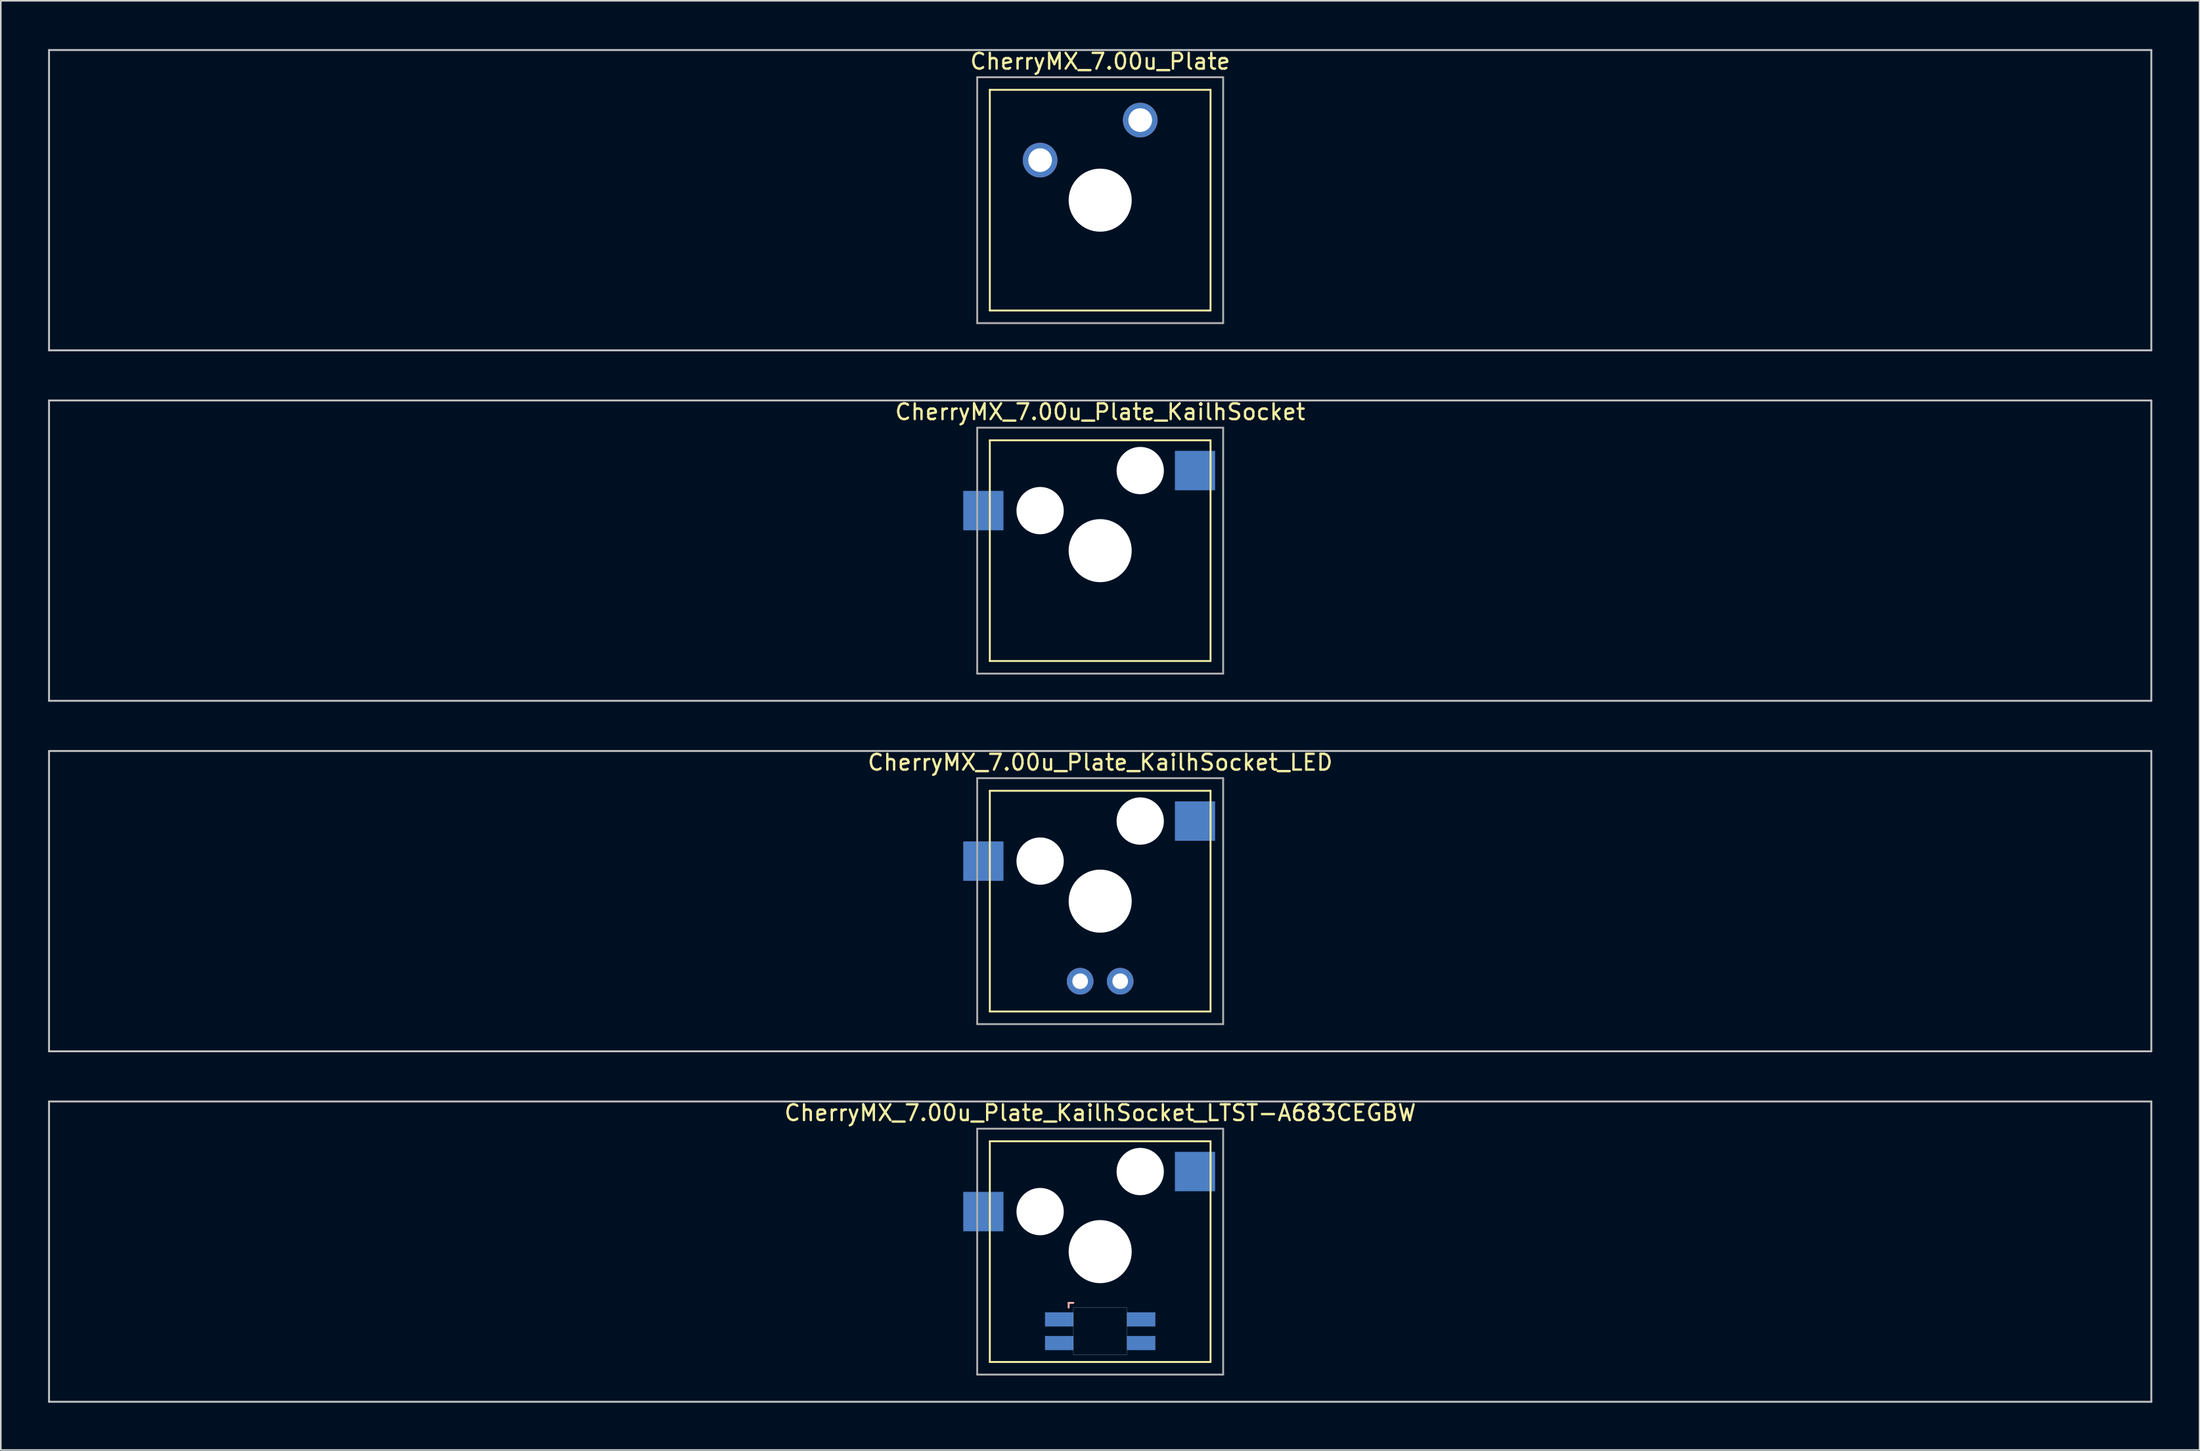
<source format=kicad_pcb>
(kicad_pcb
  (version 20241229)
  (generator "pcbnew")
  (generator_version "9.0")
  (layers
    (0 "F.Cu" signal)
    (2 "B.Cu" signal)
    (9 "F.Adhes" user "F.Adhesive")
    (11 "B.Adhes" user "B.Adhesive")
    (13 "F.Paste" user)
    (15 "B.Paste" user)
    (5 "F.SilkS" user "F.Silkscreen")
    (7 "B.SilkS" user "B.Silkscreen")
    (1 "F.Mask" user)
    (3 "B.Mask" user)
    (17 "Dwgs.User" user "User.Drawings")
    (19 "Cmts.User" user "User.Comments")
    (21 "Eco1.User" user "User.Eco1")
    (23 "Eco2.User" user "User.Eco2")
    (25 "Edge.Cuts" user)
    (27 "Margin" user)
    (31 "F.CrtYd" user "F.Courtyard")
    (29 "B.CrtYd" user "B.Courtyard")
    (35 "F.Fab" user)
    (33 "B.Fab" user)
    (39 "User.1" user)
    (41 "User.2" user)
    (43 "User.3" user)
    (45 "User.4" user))
  (footprint "CherryMX_7.00u_Plate_KailhSocket_LED"
    (layer "F.Cu")
    (at 66.735 54.115)
    (property "Reference" "CherryMX_7.00u_Plate_KailhSocket_LED" (at 0 -8.8 0) (layer "F.SilkS") (effects (font (size 1 1) (thickness 0.15))))
    (attr through_hole)
    (fp_line (start -7 -7) (end -7 7) (stroke (width 0.12) (type solid)) (layer "F.SilkS"))
    (fp_line (start -7 -7) (end 7 -7) (stroke (width 0.12) (type solid)) (layer "F.SilkS"))
    (fp_line (start 7 -7) (end 7 7) (stroke (width 0.12) (type solid)) (layer "F.SilkS"))
    (fp_line (start 7 7) (end -7 7) (stroke (width 0.12) (type solid)) (layer "F.SilkS"))
    (fp_line (start -66.675 -9.525) (end 66.675 -9.525) (stroke (width 0.12) (type solid)) (layer "Dwgs.User"))
    (fp_line (start -66.675 9.525) (end -66.675 -9.525) (stroke (width 0.12) (type solid)) (layer "Dwgs.User"))
    (fp_line (start 66.675 -9.525) (end 66.675 9.525) (stroke (width 0.12) (type solid)) (layer "Dwgs.User"))
    (fp_line (start 66.675 9.525) (end -66.675 9.525) (stroke (width 0.12) (type solid)) (layer "Dwgs.User"))
    (fp_line (start -7.8 -7.8) (end -7.8 7.8) (stroke (width 0.12) (type solid)) (layer "F.Fab"))
    (fp_line (start -7.8 -7.8) (end 7.8 -7.8) (stroke (width 0.12) (type solid)) (layer "F.Fab"))
    (fp_line (start -7.8 7.8) (end 7.8 7.8) (stroke (width 0.12) (type solid)) (layer "F.Fab"))
    (fp_line (start 7.8 -7.8) (end 7.8 7.8) (stroke (width 0.12) (type solid)) (layer "F.Fab"))
    (pad "" np_thru_hole circle (at -3.81 -2.54) (size 3 3) (drill 3) (layers "*.Cu" "*.Mask"))
    (pad "" np_thru_hole circle (at 0 0) (size 4 4) (drill 4) (layers "*.Cu" "*.Mask"))
    (pad "" np_thru_hole circle (at 2.54 -5.08) (size 3 3) (drill 3) (layers "*.Cu" "*.Mask"))
    (pad "1" smd rect (at -7.41 -2.54) (size 2.55 2.5) (layers "B.Cu" "B.Mask" "B.Paste"))
    (pad "2" smd rect (at 6.015 -5.08) (size 2.55 2.5) (layers "B.Cu" "B.Mask" "B.Paste"))
    (pad "3" thru_hole circle (at -1.27 5.08) (size 1.691 1.691) (drill 0.991) (layers "*.Cu" "*.Mask"))
    (pad "4" thru_hole circle (at 1.27 5.08) (size 1.691 1.691) (drill 0.991) (layers "*.Cu" "*.Mask")))
  (footprint "CherryMX_7.00u_Plate_KailhSocket"
    (layer "F.Cu")
    (at 66.735 31.881)
    (property "Reference" "CherryMX_7.00u_Plate_KailhSocket" (at 0 -8.8 0) (layer "F.SilkS") (effects (font (size 1 1) (thickness 0.15))))
    (attr through_hole)
    (fp_line (start -7 -7) (end -7 7) (stroke (width 0.12) (type solid)) (layer "F.SilkS"))
    (fp_line (start -7 -7) (end 7 -7) (stroke (width 0.12) (type solid)) (layer "F.SilkS"))
    (fp_line (start 7 -7) (end 7 7) (stroke (width 0.12) (type solid)) (layer "F.SilkS"))
    (fp_line (start 7 7) (end -7 7) (stroke (width 0.12) (type solid)) (layer "F.SilkS"))
    (fp_line (start -66.675 -9.525) (end 66.675 -9.525) (stroke (width 0.12) (type solid)) (layer "Dwgs.User"))
    (fp_line (start -66.675 9.525) (end -66.675 -9.525) (stroke (width 0.12) (type solid)) (layer "Dwgs.User"))
    (fp_line (start 66.675 -9.525) (end 66.675 9.525) (stroke (width 0.12) (type solid)) (layer "Dwgs.User"))
    (fp_line (start 66.675 9.525) (end -66.675 9.525) (stroke (width 0.12) (type solid)) (layer "Dwgs.User"))
    (fp_line (start -7.8 -7.8) (end -7.8 7.8) (stroke (width 0.12) (type solid)) (layer "F.Fab"))
    (fp_line (start -7.8 -7.8) (end 7.8 -7.8) (stroke (width 0.12) (type solid)) (layer "F.Fab"))
    (fp_line (start -7.8 7.8) (end 7.8 7.8) (stroke (width 0.12) (type solid)) (layer "F.Fab"))
    (fp_line (start 7.8 -7.8) (end 7.8 7.8) (stroke (width 0.12) (type solid)) (layer "F.Fab"))
    (pad "" np_thru_hole circle (at -3.81 -2.54) (size 3 3) (drill 3) (layers "*.Cu" "*.Mask"))
    (pad "" np_thru_hole circle (at 0 0) (size 4 4) (drill 4) (layers "*.Cu" "*.Mask"))
    (pad "" np_thru_hole circle (at 2.54 -5.08) (size 3 3) (drill 3) (layers "*.Cu" "*.Mask"))
    (pad "1" smd rect (at -7.41 -2.54) (size 2.55 2.5) (layers "B.Cu" "B.Mask" "B.Paste"))
    (pad "2" smd rect (at 6.015 -5.08) (size 2.55 2.5) (layers "B.Cu" "B.Mask" "B.Paste")))
  (footprint "CherryMX_7.00u_Plate"
    (layer "F.Cu")
    (at 66.735 9.648)
    (property "Reference" "CherryMX_7.00u_Plate" (at 0 -8.8 0) (layer "F.SilkS") (effects (font (size 1 1) (thickness 0.15))))
    (attr through_hole)
    (fp_line (start -7 -7) (end -7 7) (stroke (width 0.12) (type solid)) (layer "F.SilkS"))
    (fp_line (start -7 -7) (end 7 -7) (stroke (width 0.12) (type solid)) (layer "F.SilkS"))
    (fp_line (start 7 -7) (end 7 7) (stroke (width 0.12) (type solid)) (layer "F.SilkS"))
    (fp_line (start 7 7) (end -7 7) (stroke (width 0.12) (type solid)) (layer "F.SilkS"))
    (fp_line (start -66.675 -9.525) (end 66.675 -9.525) (stroke (width 0.12) (type solid)) (layer "Dwgs.User"))
    (fp_line (start -66.675 9.525) (end -66.675 -9.525) (stroke (width 0.12) (type solid)) (layer "Dwgs.User"))
    (fp_line (start 66.675 -9.525) (end 66.675 9.525) (stroke (width 0.12) (type solid)) (layer "Dwgs.User"))
    (fp_line (start 66.675 9.525) (end -66.675 9.525) (stroke (width 0.12) (type solid)) (layer "Dwgs.User"))
    (fp_line (start -7.8 -7.8) (end -7.8 7.8) (stroke (width 0.12) (type solid)) (layer "F.Fab"))
    (fp_line (start -7.8 -7.8) (end 7.8 -7.8) (stroke (width 0.12) (type solid)) (layer "F.Fab"))
    (fp_line (start -7.8 7.8) (end 7.8 7.8) (stroke (width 0.12) (type solid)) (layer "F.Fab"))
    (fp_line (start 7.8 -7.8) (end 7.8 7.8) (stroke (width 0.12) (type solid)) (layer "F.Fab"))
    (pad "" np_thru_hole circle (at 0 0) (size 4 4) (drill 4) (layers "*.Cu" "*.Mask"))
    (pad "1" thru_hole circle (at -3.81 -2.54) (size 2.2 2.2) (drill 1.5) (layers "*.Cu" "*.Mask"))
    (pad "2" thru_hole circle (at 2.54 -5.08) (size 2.2 2.2) (drill 1.5) (layers "*.Cu" "*.Mask")))
  (footprint "CherryMX_7.00u_Plate_KailhSocket_LTST-A683CEGBW"
    (layer "F.Cu")
    (at 66.735 76.348)
    (property "Reference" "CherryMX_7.00u_Plate_KailhSocket_LTST-A683CEGBW" (at 0 -8.8 0) (layer "F.SilkS") (effects (font (size 1 1) (thickness 0.15))))
    (attr through_hole)
    (fp_line (start -7 -7) (end -7 7) (stroke (width 0.12) (type solid)) (layer "F.SilkS"))
    (fp_line (start -7 -7) (end 7 -7) (stroke (width 0.12) (type solid)) (layer "F.SilkS"))
    (fp_line (start 7 -7) (end 7 7) (stroke (width 0.12) (type solid)) (layer "F.SilkS"))
    (fp_line (start 7 7) (end -7 7) (stroke (width 0.12) (type solid)) (layer "F.SilkS"))
    (fp_line (start -2 3.25) (end -2 3.55) (stroke (width 0.12) (type solid)) (layer "B.SilkS"))
    (fp_line (start -1.7 3.25) (end -2 3.25) (stroke (width 0.12) (type solid)) (layer "B.SilkS"))
    (fp_line (start -66.675 -9.525) (end 66.675 -9.525) (stroke (width 0.12) (type solid)) (layer "Dwgs.User"))
    (fp_line (start -66.675 9.525) (end -66.675 -9.525) (stroke (width 0.12) (type solid)) (layer "Dwgs.User"))
    (fp_line (start 66.675 -9.525) (end 66.675 9.525) (stroke (width 0.12) (type solid)) (layer "Dwgs.User"))
    (fp_line (start 66.675 9.525) (end -66.675 9.525) (stroke (width 0.12) (type solid)) (layer "Dwgs.User"))
    (fp_poly (pts (xy 1.7 6.55) (xy -1.7 6.55) (xy -1.7 3.55) (xy 1.7 3.55)) (stroke (width 0.01) (type solid)) (fill no) (layer "Edge.Cuts"))
    (fp_line (start -7.8 -7.8) (end -7.8 7.8) (stroke (width 0.12) (type solid)) (layer "F.Fab"))
    (fp_line (start -7.8 -7.8) (end 7.8 -7.8) (stroke (width 0.12) (type solid)) (layer "F.Fab"))
    (fp_line (start -7.8 7.8) (end 7.8 7.8) (stroke (width 0.12) (type solid)) (layer "F.Fab"))
    (fp_line (start 7.8 -7.8) (end 7.8 7.8) (stroke (width 0.12) (type solid)) (layer "F.Fab"))
    (pad "" np_thru_hole circle (at -3.81 -2.54) (size 3 3) (drill 3) (layers "*.Cu" "*.Mask"))
    (pad "" np_thru_hole circle (at 0 0) (size 4 4) (drill 4) (layers "*.Cu" "*.Mask"))
    (pad "" np_thru_hole circle (at 2.54 -5.08) (size 3 3) (drill 3) (layers "*.Cu" "*.Mask"))
    (pad "1" smd rect (at -7.41 -2.54) (size 2.55 2.5) (layers "B.Cu" "B.Mask" "B.Paste"))
    (pad "2" smd rect (at 6.015 -5.08) (size 2.55 2.5) (layers "B.Cu" "B.Mask" "B.Paste"))
    (pad "3" smd rect (at -2.6 4.3) (size 1.8 0.9) (layers "B.Cu" "B.Mask" "B.Paste"))
    (pad "4" smd rect (at -2.6 5.8) (size 1.8 0.9) (layers "B.Cu" "B.Mask" "B.Paste"))
    (pad "5" smd rect (at 2.6 4.3) (size 1.8 0.9) (layers "B.Cu" "B.Mask" "B.Paste"))
    (pad "6" smd rect (at 2.6 5.8) (size 1.8 0.9) (layers "B.Cu" "B.Mask" "B.Paste")))
  (gr_rect
    (start -3 -3)
    (end 136.47 88.933)
    (stroke (width 0.1) (type default))
    (fill no)
    (layer "Edge.Cuts")))
</source>
